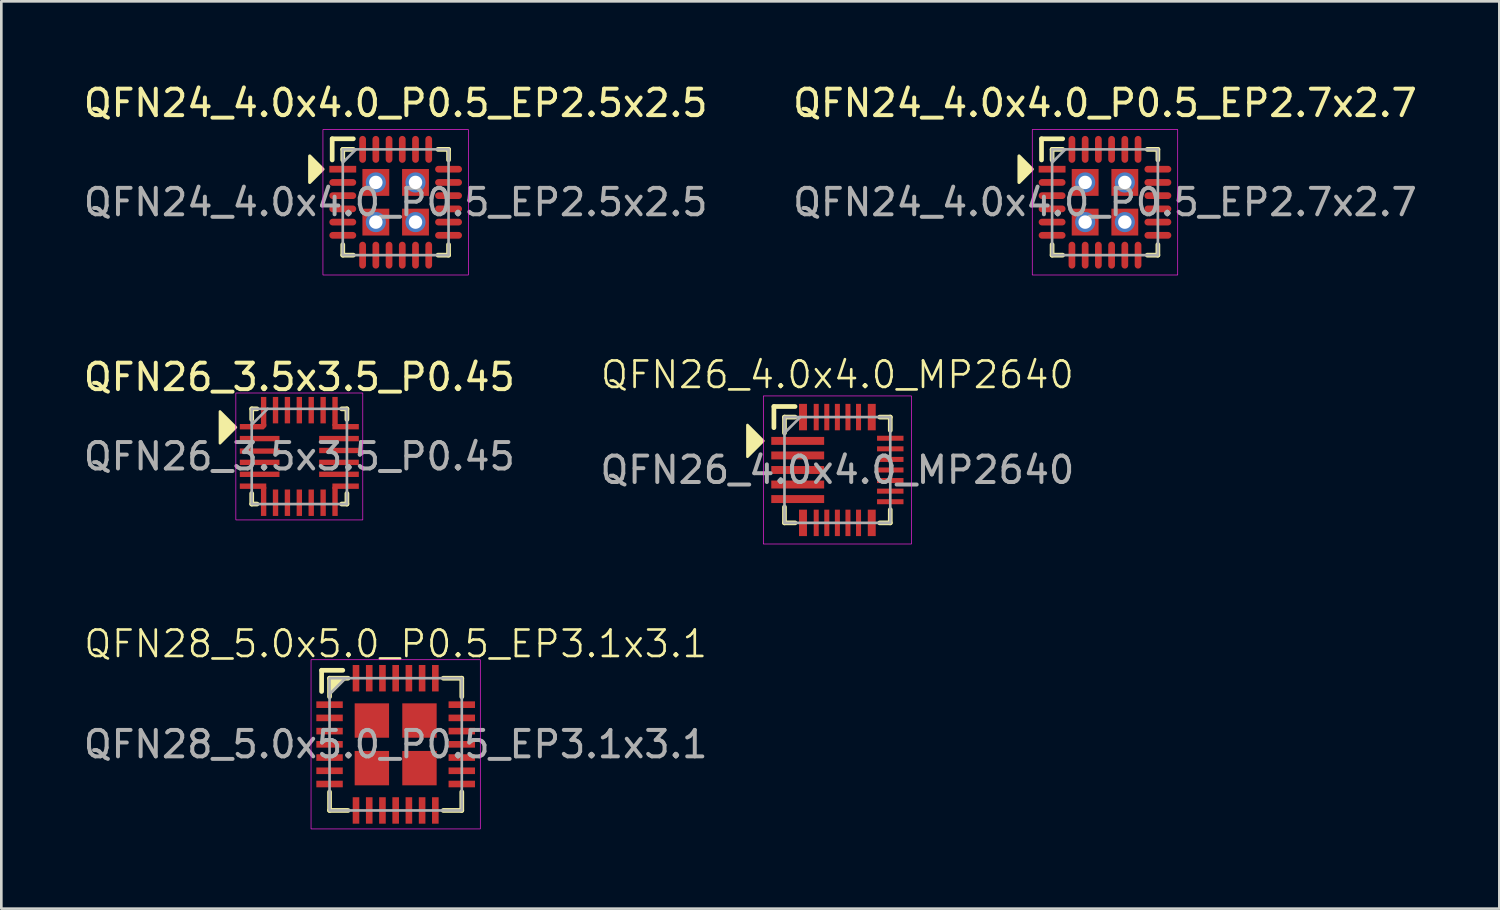
<source format=kicad_pcb>
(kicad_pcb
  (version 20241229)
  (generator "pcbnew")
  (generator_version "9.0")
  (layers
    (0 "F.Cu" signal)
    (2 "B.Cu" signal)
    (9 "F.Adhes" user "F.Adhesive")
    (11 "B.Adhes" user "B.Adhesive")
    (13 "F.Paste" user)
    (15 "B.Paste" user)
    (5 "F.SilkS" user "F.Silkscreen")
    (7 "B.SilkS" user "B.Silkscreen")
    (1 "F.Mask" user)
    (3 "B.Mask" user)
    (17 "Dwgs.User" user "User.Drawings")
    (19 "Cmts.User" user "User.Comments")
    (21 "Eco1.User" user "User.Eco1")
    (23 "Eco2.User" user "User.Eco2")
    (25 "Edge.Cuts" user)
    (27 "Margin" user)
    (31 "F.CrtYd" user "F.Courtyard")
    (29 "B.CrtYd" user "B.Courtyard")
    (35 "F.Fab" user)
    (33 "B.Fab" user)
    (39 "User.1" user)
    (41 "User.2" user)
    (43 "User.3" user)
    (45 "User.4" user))
  (footprint "QFN26_4.0x4.0_MP2640"
    (layer "F.Cu")
    (at 28.613 14.721)
    (property "Reference" "QFN26_4.0x4.0_MP2640" (at 0 -3.6 0) (unlocked yes) (layer "F.SilkS") (effects (font (size 1 1) (thickness 0.1))))
    (attr smd)
    (fp_line (start -2.4 -2.4) (end -1.6 -2.4) (stroke (width 0.178) (type default)) (layer "F.SilkS"))
    (fp_line (start -2.4 -1.6) (end -2.4 -2.4) (stroke (width 0.178) (type default)) (layer "F.SilkS"))
    (fp_line (start -2 -2) (end -1.6 -2) (stroke (width 0.178) (type default)) (layer "F.SilkS"))
    (fp_line (start -2 -1.4) (end -2 -2) (stroke (width 0.178) (type default)) (layer "F.SilkS"))
    (fp_line (start -2 1.4) (end -2 2) (stroke (width 0.178) (type default)) (layer "F.SilkS"))
    (fp_line (start -2 2) (end -1.6 2) (stroke (width 0.178) (type default)) (layer "F.SilkS"))
    (fp_line (start 1.6 -2) (end 2 -2) (stroke (width 0.178) (type default)) (layer "F.SilkS"))
    (fp_line (start 1.6 2) (end 2 2) (stroke (width 0.178) (type default)) (layer "F.SilkS"))
    (fp_line (start 2 -2) (end 2 -1.5) (stroke (width 0.178) (type default)) (layer "F.SilkS"))
    (fp_line (start 2 2) (end 2 1.5) (stroke (width 0.178) (type default)) (layer "F.SilkS"))
    (fp_poly (pts (xy -2.8 -1.1) (xy -3.4 -1.7) (xy -3.4 -0.5)) (stroke (width 0.1) (type solid)) (fill yes) (layer "F.SilkS"))
    (fp_rect (start -2.8 -2.8) (end 2.8 2.8) (stroke (width 0.025) (type default)) (fill no) (layer "F.CrtYd"))
    (fp_line (start -2 -1.4) (end -1.4 -2) (stroke (width 0.1) (type default)) (layer "F.Fab"))
    (fp_rect (start -2 -2) (end 2 2) (stroke (width 0.1) (type default)) (fill no) (layer "F.Fab"))
    (fp_text user "${REFERENCE}" (at 0 0 0) (unlocked yes) (layer "F.Fab") (effects (font (size 1 1) (thickness 0.15))))
    (pad "1" smd rect (at -1.5 -1.1) (size 2 0.3) (layers "F.Cu" "F.Mask" "F.Paste"))
    (pad "2" smd rect (at -1.5 -0.55) (size 2 0.3) (layers "F.Cu" "F.Mask" "F.Paste"))
    (pad "3" smd rect (at -1.5 0) (size 2 0.3) (layers "F.Cu" "F.Mask" "F.Paste"))
    (pad "4" smd rect (at -1.5 0.55) (size 2 0.3) (layers "F.Cu" "F.Mask" "F.Paste"))
    (pad "5" smd rect (at -1.5 1.1) (size 2 0.3) (layers "F.Cu" "F.Mask" "F.Paste"))
    (pad "6" smd rect (at -1.3 2) (size 0.3 1) (layers "F.Cu" "F.Mask" "F.Paste"))
    (pad "7" smd rect (at -0.8 2) (size 0.19 1) (layers "F.Cu" "F.Mask" "F.Paste"))
    (pad "8" smd rect (at -0.4 2) (size 0.19 1) (layers "F.Cu" "F.Mask" "F.Paste"))
    (pad "9" smd rect (at 0 2) (size 0.19 1) (layers "F.Cu" "F.Mask" "F.Paste"))
    (pad "10" smd rect (at 0.4 2) (size 0.19 1) (layers "F.Cu" "F.Mask" "F.Paste"))
    (pad "11" smd rect (at 0.8 2) (size 0.19 1) (layers "F.Cu" "F.Mask" "F.Paste"))
    (pad "12" smd rect (at 1.3 2) (size 0.3 1) (layers "F.Cu" "F.Mask" "F.Paste"))
    (pad "13" smd rect (at 2 1.2) (size 1 0.19) (layers "F.Cu" "F.Mask" "F.Paste"))
    (pad "14" smd rect (at 2 0.8) (size 1 0.19) (layers "F.Cu" "F.Mask" "F.Paste"))
    (pad "15" smd rect (at 2 0.4) (size 1 0.19) (layers "F.Cu" "F.Mask" "F.Paste"))
    (pad "16" smd rect (at 2 0) (size 1 0.19) (layers "F.Cu" "F.Mask" "F.Paste"))
    (pad "17" smd rect (at 2 -0.4) (size 1 0.19) (layers "F.Cu" "F.Mask" "F.Paste"))
    (pad "18" smd rect (at 2 -0.8) (size 1 0.19) (layers "F.Cu" "F.Mask" "F.Paste"))
    (pad "19" smd rect (at 2 -1.2) (size 1 0.19) (layers "F.Cu" "F.Mask" "F.Paste"))
    (pad "20" smd rect (at 1.3 -2) (size 0.3 1) (layers "F.Cu" "F.Mask" "F.Paste"))
    (pad "21" smd rect (at 0.8 -2) (size 0.19 1) (layers "F.Cu" "F.Mask" "F.Paste"))
    (pad "22" smd rect (at 0.4 -2) (size 0.19 1) (layers "F.Cu" "F.Mask" "F.Paste"))
    (pad "23" smd rect (at 0 -2) (size 0.19 1) (layers "F.Cu" "F.Mask" "F.Paste"))
    (pad "24" smd rect (at -0.4 -2) (size 0.19 1) (layers "F.Cu" "F.Mask" "F.Paste"))
    (pad "25" smd rect (at -0.8 -2) (size 0.19 1) (layers "F.Cu" "F.Mask" "F.Paste"))
    (pad "26" smd rect (at -1.3 -2) (size 0.3 1) (layers "F.Cu" "F.Mask" "F.Paste")))
  (footprint "QFN28_5.0x5.0_P0.5_EP3.1x3.1"
    (layer "F.Cu")
    (at 11.911 25.095)
    (property "Reference" "QFN28_5.0x5.0_P0.5_EP3.1x3.1" (at 0 -3.8 0) (unlocked yes) (layer "F.SilkS") (effects (font (size 1 1) (thickness 0.1))))
    (attr smd)
    (fp_line (start -2.8 -2.8) (end -2 -2.8) (stroke (width 0.178) (type default)) (layer "F.SilkS"))
    (fp_line (start -2.8 -2) (end -2.8 -2.8) (stroke (width 0.178) (type default)) (layer "F.SilkS"))
    (fp_line (start -2.5 -2.5) (end -1.8 -2.5) (stroke (width 0.178) (type default)) (layer "F.SilkS"))
    (fp_line (start -2.5 -1.8) (end -2.5 -2.5) (stroke (width 0.178) (type default)) (layer "F.SilkS"))
    (fp_line (start -2.5 1.8) (end -2.5 2.5) (stroke (width 0.178) (type default)) (layer "F.SilkS"))
    (fp_line (start -2.5 2.5) (end -1.8 2.5) (stroke (width 0.178) (type default)) (layer "F.SilkS"))
    (fp_line (start 1.8 -2.5) (end 2.5 -2.5) (stroke (width 0.178) (type default)) (layer "F.SilkS"))
    (fp_line (start 1.8 2.5) (end 2.5 2.5) (stroke (width 0.178) (type default)) (layer "F.SilkS"))
    (fp_line (start 2.5 -2.5) (end 2.5 -1.8) (stroke (width 0.178) (type default)) (layer "F.SilkS"))
    (fp_line (start 2.5 2.5) (end 2.5 1.8) (stroke (width 0.178) (type default)) (layer "F.SilkS"))
    (fp_poly (pts (xy -2.5 -1.9) (xy -2.5 -2.5) (xy -1.9 -2.5)) (stroke (width 0.1) (type solid)) (fill yes) (layer "F.SilkS"))
    (fp_rect (start -3.2 -3.2) (end 3.2 3.2) (stroke (width 0.025) (type default)) (fill no) (layer "F.CrtYd"))
    (fp_line (start -2.5 -1.9) (end -1.9 -2.5) (stroke (width 0.1) (type default)) (layer "F.Fab"))
    (fp_rect (start -2.5 2.5) (end 2.5 -2.5) (stroke (width 0.1) (type default)) (fill no) (layer "F.Fab"))
    (fp_text user "${REFERENCE}" (at 0 0 0) (unlocked yes) (layer "F.Fab") (effects (font (size 1 1) (thickness 0.15))))
    (pad "1" smd rect (at -2.5 -1.5) (size 1 0.25) (layers "F.Cu" "F.Mask" "F.Paste"))
    (pad "2" smd rect (at -2.5 -1) (size 1 0.25) (layers "F.Cu" "F.Mask" "F.Paste"))
    (pad "3" smd rect (at -2.5 -0.5) (size 1 0.25) (layers "F.Cu" "F.Mask" "F.Paste"))
    (pad "4" smd rect (at -2.5 0) (size 1 0.25) (layers "F.Cu" "F.Mask" "F.Paste"))
    (pad "5" smd rect (at -2.5 0.5) (size 1 0.25) (layers "F.Cu" "F.Mask" "F.Paste"))
    (pad "6" smd rect (at -2.5 1) (size 1 0.25) (layers "F.Cu" "F.Mask" "F.Paste"))
    (pad "7" smd rect (at -2.5 1.5) (size 1 0.25) (layers "F.Cu" "F.Mask" "F.Paste"))
    (pad "8" smd rect (at -1.5 2.5) (size 0.25 1) (layers "F.Cu" "F.Mask" "F.Paste"))
    (pad "9" smd rect (at -1 2.5) (size 0.25 1) (layers "F.Cu" "F.Mask" "F.Paste"))
    (pad "10" smd rect (at -0.5 2.5) (size 0.25 1) (layers "F.Cu" "F.Mask" "F.Paste"))
    (pad "11" smd rect (at 0 2.5) (size 0.25 1) (layers "F.Cu" "F.Mask" "F.Paste"))
    (pad "12" smd rect (at 0.5 2.5) (size 0.25 1) (layers "F.Cu" "F.Mask" "F.Paste"))
    (pad "13" smd rect (at 1 2.5) (size 0.25 1) (layers "F.Cu" "F.Mask" "F.Paste"))
    (pad "14" smd rect (at 1.5 2.5) (size 0.25 1) (layers "F.Cu" "F.Mask" "F.Paste"))
    (pad "15" smd rect (at 2.5 1.5) (size 1 0.25) (layers "F.Cu" "F.Mask" "F.Paste"))
    (pad "16" smd rect (at 2.5 1) (size 1 0.25) (layers "F.Cu" "F.Mask" "F.Paste"))
    (pad "17" smd rect (at 2.5 0.5) (size 1 0.25) (layers "F.Cu" "F.Mask" "F.Paste"))
    (pad "18" smd rect (at 2.5 0) (size 1 0.25) (layers "F.Cu" "F.Mask" "F.Paste"))
    (pad "19" smd rect (at 2.5 -0.5) (size 1 0.25) (layers "F.Cu" "F.Mask" "F.Paste"))
    (pad "20" smd rect (at 2.5 -1) (size 1 0.25) (layers "F.Cu" "F.Mask" "F.Paste"))
    (pad "21" smd rect (at 2.5 -1.5) (size 1 0.25) (layers "F.Cu" "F.Mask" "F.Paste"))
    (pad "22" smd rect (at 1.5 -2.5) (size 0.25 1) (layers "F.Cu" "F.Mask" "F.Paste"))
    (pad "23" smd rect (at 1 -2.5) (size 0.25 1) (layers "F.Cu" "F.Mask" "F.Paste"))
    (pad "24" smd rect (at 0.5 -2.5) (size 0.25 1) (layers "F.Cu" "F.Mask" "F.Paste"))
    (pad "25" smd rect (at 0 -2.5) (size 0.25 1) (layers "F.Cu" "F.Mask" "F.Paste"))
    (pad "26" smd rect (at -0.5 -2.5) (size 0.25 1) (layers "F.Cu" "F.Mask" "F.Paste"))
    (pad "27" smd rect (at -1 -2.5) (size 0.25 1) (layers "F.Cu" "F.Mask" "F.Paste"))
    (pad "28" smd rect (at -1.5 -2.5) (size 0.25 1) (layers "F.Cu" "F.Mask" "F.Paste"))
    (pad "29" smd rect (at -0.9 -0.9) (size 1.3 1.3) (layers "F.Cu" "F.Mask" "F.Paste"))
    (pad "29" smd rect (at -0.9 0.9) (size 1.3 1.3) (layers "F.Cu" "F.Mask" "F.Paste"))
    (pad "29" smd rect (at 0.9 -0.9) (size 1.3 1.3) (layers "F.Cu" "F.Mask" "F.Paste"))
    (pad "29" smd rect (at 0.9 0.9) (size 1.3 1.3) (layers "F.Cu" "F.Mask" "F.Paste")))
  (footprint "QFN24_4.0x4.0_P0.5_EP2.5x2.5"
    (layer "F.Cu")
    (at 11.911 4.598)
    (property "Reference" "QFN24_4.0x4.0_P0.5_EP2.5x2.5" (at 0 -3.75 0) (unlocked yes) (layer "F.SilkS") (effects (font (size 1 1) (thickness 0.15))))
    (attr smd)
    (fp_line (start -2.4 -2.4) (end -1.6 -2.4) (stroke (width 0.178) (type solid)) (layer "F.SilkS"))
    (fp_line (start -2.4 -1.6) (end -2.4 -2.4) (stroke (width 0.178) (type solid)) (layer "F.SilkS"))
    (fp_line (start -2 -2) (end -1.6 -2) (stroke (width 0.178) (type solid)) (layer "F.SilkS"))
    (fp_line (start -2 -1.6) (end -2 -2) (stroke (width 0.178) (type solid)) (layer "F.SilkS"))
    (fp_line (start -2 1.6) (end -2 2) (stroke (width 0.178) (type solid)) (layer "F.SilkS"))
    (fp_line (start -2 2) (end -1.6 2) (stroke (width 0.178) (type solid)) (layer "F.SilkS"))
    (fp_line (start 1.6 -2) (end 2 -2) (stroke (width 0.178) (type solid)) (layer "F.SilkS"))
    (fp_line (start 2 -2) (end 2 -1.6) (stroke (width 0.178) (type solid)) (layer "F.SilkS"))
    (fp_line (start 2 1.6) (end 2 2) (stroke (width 0.178) (type solid)) (layer "F.SilkS"))
    (fp_line (start 2 2) (end 1.6 2) (stroke (width 0.178) (type solid)) (layer "F.SilkS"))
    (fp_poly (pts (xy -2.75 -1.25) (xy -3.25 -0.75) (xy -3.25 -1.75)) (stroke (width 0.12) (type solid)) (fill yes) (layer "F.SilkS"))
    (fp_rect (start -2.75 -2.75) (end 2.75 2.75) (stroke (width 0.025) (type solid)) (fill no) (layer "F.CrtYd"))
    (fp_line (start -2 -1.5) (end -1.5 -2) (stroke (width 0.1) (type solid)) (layer "F.Fab"))
    (fp_rect (start -2 -2) (end 2 2) (stroke (width 0.1) (type solid)) (fill no) (layer "F.Fab"))
    (fp_text user "${REFERENCE}" (at 0 0 0) (unlocked yes) (layer "F.Fab") (effects (font (size 1 1) (thickness 0.15))))
    (pad "1" smd rect (at -2 -1.25) (size 1.016 0.254) (layers "F.Cu" "F.Mask" "F.Paste"))
    (pad "2" smd oval (at -2 -0.75) (size 1.016 0.254) (layers "F.Cu" "F.Mask" "F.Paste"))
    (pad "3" smd oval (at -2 -0.25) (size 1.016 0.254) (layers "F.Cu" "F.Mask" "F.Paste"))
    (pad "4" smd oval (at -2 0.25) (size 1.016 0.254) (layers "F.Cu" "F.Mask" "F.Paste"))
    (pad "5" smd oval (at -2 0.75) (size 1.016 0.254) (layers "F.Cu" "F.Mask" "F.Paste"))
    (pad "6" smd oval (at -2 1.25) (size 1.016 0.254) (layers "F.Cu" "F.Mask" "F.Paste"))
    (pad "7" smd oval (at -1.25 2) (size 0.254 1.016) (layers "F.Cu" "F.Mask" "F.Paste"))
    (pad "8" smd oval (at -0.75 2) (size 0.254 1.016) (layers "F.Cu" "F.Mask" "F.Paste"))
    (pad "9" smd oval (at -0.25 2) (size 0.254 1.016) (layers "F.Cu" "F.Mask" "F.Paste"))
    (pad "10" smd oval (at 0.25 2) (size 0.254 1.016) (layers "F.Cu" "F.Mask" "F.Paste"))
    (pad "11" smd oval (at 0.75 2) (size 0.254 1.016) (layers "F.Cu" "F.Mask" "F.Paste"))
    (pad "12" smd oval (at 1.25 2) (size 0.254 1.016) (layers "F.Cu" "F.Mask" "F.Paste"))
    (pad "13" smd oval (at 2 1.25) (size 1.016 0.254) (layers "F.Cu" "F.Mask" "F.Paste"))
    (pad "14" smd oval (at 2 0.75) (size 1.016 0.254) (layers "F.Cu" "F.Mask" "F.Paste"))
    (pad "15" smd oval (at 2 0.25) (size 1.016 0.254) (layers "F.Cu" "F.Mask" "F.Paste"))
    (pad "16" smd oval (at 2 -0.25) (size 1.016 0.254) (layers "F.Cu" "F.Mask" "F.Paste"))
    (pad "17" smd oval (at 2 -0.75) (size 1.016 0.254) (layers "F.Cu" "F.Mask" "F.Paste"))
    (pad "18" smd oval (at 2 -1.25) (size 1.016 0.254) (layers "F.Cu" "F.Mask" "F.Paste"))
    (pad "19" smd oval (at 1.25 -2) (size 0.254 1.016) (layers "F.Cu" "F.Mask" "F.Paste"))
    (pad "20" smd oval (at 0.75 -2) (size 0.254 1.016) (layers "F.Cu" "F.Mask" "F.Paste"))
    (pad "21" smd oval (at 0.25 -2) (size 0.254 1.016) (layers "F.Cu" "F.Mask" "F.Paste"))
    (pad "22" smd oval (at -0.25 -2) (size 0.254 1.016) (layers "F.Cu" "F.Mask" "F.Paste"))
    (pad "23" smd oval (at -0.75 -2) (size 0.254 1.016) (layers "F.Cu" "F.Mask" "F.Paste"))
    (pad "24" smd oval (at -1.25 -2) (size 0.254 1.016) (layers "F.Cu" "F.Mask" "F.Paste"))
    (pad "25" thru_hole circle (at -0.75 -0.75) (size 0.762 0.762) (drill 0.508) (layers "*.Cu" "*.Mask"))
    (pad "25" smd rect (at -0.75 -0.75) (size 1.016 1.016) (layers "F.Cu" "F.Mask" "F.Paste"))
    (pad "25" thru_hole circle (at -0.75 0.75) (size 0.762 0.762) (drill 0.508) (layers "*.Cu" "*.Mask"))
    (pad "25" smd rect (at -0.75 0.75) (size 1.016 1.016) (layers "F.Cu" "F.Mask" "F.Paste"))
    (pad "25" thru_hole circle (at 0.75 -0.75) (size 0.762 0.762) (drill 0.508) (layers "*.Cu" "*.Mask"))
    (pad "25" smd rect (at 0.75 -0.75) (size 1.016 1.016) (layers "F.Cu" "F.Mask" "F.Paste"))
    (pad "25" thru_hole circle (at 0.75 0.75) (size 0.762 0.762) (drill 0.508) (layers "*.Cu" "*.Mask"))
    (pad "25" smd rect (at 0.75 0.75) (size 1.016 1.016) (layers "F.Cu" "F.Mask" "F.Paste")))
  (footprint "QFN26_3.5x3.5_P0.45"
    (layer "F.Cu")
    (at 8.268 14.209)
    (property "Reference" "QFN26_3.5x3.5_P0.45" (at 0 -3 0) (unlocked yes) (layer "F.SilkS") (effects (font (size 1 1) (thickness 0.15))))
    (attr smd)
    (fp_line (start -1.8 -1.4) (end -1.8 -1.8) (stroke (width 0.178) (type solid)) (layer "F.SilkS"))
    (fp_line (start -1.8 1.8) (end -1.8 1.4) (stroke (width 0.178) (type solid)) (layer "F.SilkS"))
    (fp_line (start -1.6 -1.8) (end -1.8 -1.8) (stroke (width 0.178) (type default)) (layer "F.SilkS"))
    (fp_line (start -1.6 1.8) (end -1.8 1.8) (stroke (width 0.178) (type default)) (layer "F.SilkS"))
    (fp_line (start 1.8 -1.8) (end 1.6 -1.8) (stroke (width 0.178) (type default)) (layer "F.SilkS"))
    (fp_line (start 1.8 -1.4) (end 1.8 -1.8) (stroke (width 0.178) (type solid)) (layer "F.SilkS"))
    (fp_line (start 1.8 1.8) (end 1.6 1.8) (stroke (width 0.178) (type default)) (layer "F.SilkS"))
    (fp_line (start 1.8 1.8) (end 1.8 1.4) (stroke (width 0.178) (type solid)) (layer "F.SilkS"))
    (fp_poly (pts (xy -2.4 -1.1) (xy -3 -1.7) (xy -3 -0.5)) (stroke (width 0.1) (type solid)) (fill yes) (layer "F.SilkS"))
    (fp_rect (start -2.4 -2.4) (end 2.4 2.4) (stroke (width 0.025) (type default)) (fill no) (layer "F.CrtYd"))
    (fp_line (start -1.803 -1.2) (end -1.2 -1.803) (stroke (width 0.1) (type solid)) (layer "F.Fab"))
    (fp_rect (start -1.8 -1.8) (end 1.8 1.8) (stroke (width 0.1) (type default)) (fill no) (layer "F.Fab"))
    (fp_text user "${REFERENCE}" (at 0 0 0) (unlocked yes) (layer "F.Fab") (effects (font (size 1 1) (thickness 0.15))))
    (pad "1" smd roundrect (at -1.75 -1.125) (size 1 0.203) (layers "F.Cu" "F.Mask" "F.Paste") (roundrect_rratio 0) (chamfer_ratio 0.5) (chamfer bottom_right))
    (pad "2" smd rect (at -1.5 -0.675) (size 1.5 0.203) (layers "F.Cu" "F.Mask" "F.Paste"))
    (pad "3" smd rect (at -1.5 -0.203) (size 1.5 0.2) (layers "F.Cu" "F.Mask" "F.Paste"))
    (pad "4" smd rect (at -1.5 0.225) (size 1.5 0.203) (layers "F.Cu" "F.Mask" "F.Paste"))
    (pad "5" smd rect (at -1.5 0.675) (size 1.5 0.203) (layers "F.Cu" "F.Mask" "F.Paste"))
    (pad "6" smd rect (at -1.75 1.125) (size 1 0.203) (layers "F.Cu" "F.Mask" "F.Paste"))
    (pad "7" smd rect (at -1.35 1.7 90) (size 1.1 0.203) (layers "F.Cu" "F.Mask" "F.Paste"))
    (pad "8" smd rect (at -0.9 1.75 90) (size 1 0.203) (layers "F.Cu" "F.Mask" "F.Paste"))
    (pad "9" smd rect (at -0.45 1.75 90) (size 1 0.203) (layers "F.Cu" "F.Mask" "F.Paste"))
    (pad "10" smd rect (at 0 1.75 90) (size 1 0.203) (layers "F.Cu" "F.Mask" "F.Paste"))
    (pad "11" smd rect (at 0.45 1.75 90) (size 1 0.203) (layers "F.Cu" "F.Mask" "F.Paste"))
    (pad "12" smd rect (at 0.9 1.75 90) (size 1 0.203) (layers "F.Cu" "F.Mask" "F.Paste"))
    (pad "13" smd rect (at 1.35 1.7 90) (size 1.1 0.203) (layers "F.Cu" "F.Mask" "F.Paste"))
    (pad "14" smd rect (at 1.75 1.125) (size 1 0.203) (layers "F.Cu" "F.Mask" "F.Paste"))
    (pad "15" smd rect (at 1.5 0.675) (size 1.5 0.203) (layers "F.Cu" "F.Mask" "F.Paste"))
    (pad "16" smd rect (at 1.5 0.225) (size 1.5 0.203) (layers "F.Cu" "F.Mask" "F.Paste"))
    (pad "17" smd rect (at 1.5 -0.225) (size 1.5 0.203) (layers "F.Cu" "F.Mask" "F.Paste"))
    (pad "18" smd rect (at 1.5 -0.675) (size 1.5 0.203) (layers "F.Cu" "F.Mask" "F.Paste"))
    (pad "19" smd rect (at 1.75 -1.125) (size 1 0.203) (layers "F.Cu" "F.Mask" "F.Paste"))
    (pad "20" smd rect (at 1.35 -1.7 90) (size 1.1 0.203) (layers "F.Cu" "F.Mask" "F.Paste"))
    (pad "21" smd rect (at 0.9 -1.75 90) (size 1 0.203) (layers "F.Cu" "F.Mask" "F.Paste"))
    (pad "22" smd rect (at 0.45 -1.75 90) (size 1 0.203) (layers "F.Cu" "F.Mask" "F.Paste"))
    (pad "23" smd rect (at 0 -1.75 90) (size 1 0.203) (layers "F.Cu" "F.Mask" "F.Paste"))
    (pad "24" smd rect (at -0.45 -1.75 90) (size 1 0.203) (layers "F.Cu" "F.Mask" "F.Paste"))
    (pad "25" smd rect (at -0.9 -1.75 90) (size 1 0.203) (layers "F.Cu" "F.Mask" "F.Paste"))
    (pad "26" smd rect (at -1.35 -1.7 90) (size 1.1 0.203) (layers "F.Cu" "F.Mask" "F.Paste")))
  (footprint "QFN24_4.0x4.0_P0.5_EP2.7x2.7"
    (layer "F.Cu")
    (at 38.732 4.598)
    (property "Reference" "QFN24_4.0x4.0_P0.5_EP2.7x2.7" (at 0 -3.75 0) (unlocked yes) (layer "F.SilkS") (effects (font (size 1 1) (thickness 0.15))))
    (attr smd)
    (fp_line (start -2.4 -2.4) (end -1.6 -2.4) (stroke (width 0.178) (type solid)) (layer "F.SilkS"))
    (fp_line (start -2.4 -1.6) (end -2.4 -2.4) (stroke (width 0.178) (type solid)) (layer "F.SilkS"))
    (fp_line (start -2 -2) (end -1.6 -2) (stroke (width 0.178) (type solid)) (layer "F.SilkS"))
    (fp_line (start -2 -1.6) (end -2 -2) (stroke (width 0.178) (type solid)) (layer "F.SilkS"))
    (fp_line (start -2 1.6) (end -2 2) (stroke (width 0.178) (type solid)) (layer "F.SilkS"))
    (fp_line (start -2 2) (end -1.6 2) (stroke (width 0.178) (type solid)) (layer "F.SilkS"))
    (fp_line (start 1.6 -2) (end 2 -2) (stroke (width 0.178) (type solid)) (layer "F.SilkS"))
    (fp_line (start 2 -2) (end 2 -1.6) (stroke (width 0.178) (type solid)) (layer "F.SilkS"))
    (fp_line (start 2 1.6) (end 2 2) (stroke (width 0.178) (type solid)) (layer "F.SilkS"))
    (fp_line (start 2 2) (end 1.6 2) (stroke (width 0.178) (type solid)) (layer "F.SilkS"))
    (fp_poly (pts (xy -2.75 -1.25) (xy -3.25 -0.75) (xy -3.25 -1.75)) (stroke (width 0.12) (type solid)) (fill yes) (layer "F.SilkS"))
    (fp_rect (start -2.75 -2.75) (end 2.75 2.75) (stroke (width 0.025) (type solid)) (fill no) (layer "F.CrtYd"))
    (fp_line (start -2 -1.5) (end -1.5 -2) (stroke (width 0.1) (type solid)) (layer "F.Fab"))
    (fp_rect (start -2 -2) (end 2 2) (stroke (width 0.1) (type solid)) (fill no) (layer "F.Fab"))
    (fp_text user "${REFERENCE}" (at 0 0 0) (unlocked yes) (layer "F.Fab") (effects (font (size 1 1) (thickness 0.15))))
    (pad "1" smd rect (at -2 -1.25) (size 1.016 0.254) (layers "F.Cu" "F.Mask" "F.Paste"))
    (pad "2" smd oval (at -2 -0.75) (size 1.016 0.254) (layers "F.Cu" "F.Mask" "F.Paste"))
    (pad "3" smd oval (at -2 -0.25) (size 1.016 0.254) (layers "F.Cu" "F.Mask" "F.Paste"))
    (pad "4" smd oval (at -2 0.25) (size 1.016 0.254) (layers "F.Cu" "F.Mask" "F.Paste"))
    (pad "5" smd oval (at -2 0.75) (size 1.016 0.254) (layers "F.Cu" "F.Mask" "F.Paste"))
    (pad "6" smd oval (at -2 1.25) (size 1.016 0.254) (layers "F.Cu" "F.Mask" "F.Paste"))
    (pad "7" smd oval (at -1.25 2) (size 0.254 1.016) (layers "F.Cu" "F.Mask" "F.Paste"))
    (pad "8" smd oval (at -0.75 2) (size 0.254 1.016) (layers "F.Cu" "F.Mask" "F.Paste"))
    (pad "9" smd oval (at -0.25 2) (size 0.254 1.016) (layers "F.Cu" "F.Mask" "F.Paste"))
    (pad "10" smd oval (at 0.25 2) (size 0.254 1.016) (layers "F.Cu" "F.Mask" "F.Paste"))
    (pad "11" smd oval (at 0.75 2) (size 0.254 1.016) (layers "F.Cu" "F.Mask" "F.Paste"))
    (pad "12" smd oval (at 1.25 2) (size 0.254 1.016) (layers "F.Cu" "F.Mask" "F.Paste"))
    (pad "13" smd oval (at 2 1.25) (size 1.016 0.254) (layers "F.Cu" "F.Mask" "F.Paste"))
    (pad "14" smd oval (at 2 0.75) (size 1.016 0.254) (layers "F.Cu" "F.Mask" "F.Paste"))
    (pad "15" smd oval (at 2 0.25) (size 1.016 0.254) (layers "F.Cu" "F.Mask" "F.Paste"))
    (pad "16" smd oval (at 2 -0.25) (size 1.016 0.254) (layers "F.Cu" "F.Mask" "F.Paste"))
    (pad "17" smd oval (at 2 -0.75) (size 1.016 0.254) (layers "F.Cu" "F.Mask" "F.Paste"))
    (pad "18" smd oval (at 2 -1.25) (size 1.016 0.254) (layers "F.Cu" "F.Mask" "F.Paste"))
    (pad "19" smd oval (at 1.25 -2) (size 0.254 1.016) (layers "F.Cu" "F.Mask" "F.Paste"))
    (pad "20" smd oval (at 0.75 -2) (size 0.254 1.016) (layers "F.Cu" "F.Mask" "F.Paste"))
    (pad "21" smd oval (at 0.25 -2) (size 0.254 1.016) (layers "F.Cu" "F.Mask" "F.Paste"))
    (pad "22" smd oval (at -0.25 -2) (size 0.254 1.016) (layers "F.Cu" "F.Mask" "F.Paste"))
    (pad "23" smd oval (at -0.75 -2) (size 0.254 1.016) (layers "F.Cu" "F.Mask" "F.Paste"))
    (pad "24" smd oval (at -1.25 -2) (size 0.254 1.016) (layers "F.Cu" "F.Mask" "F.Paste"))
    (pad "25" thru_hole circle (at -0.75 -0.75) (size 0.762 0.762) (drill 0.508) (layers "*.Cu" "*.Mask"))
    (pad "25" smd rect (at -0.75 -0.75) (size 1.016 1.016) (layers "F.Cu" "F.Mask" "F.Paste"))
    (pad "25" thru_hole circle (at -0.75 0.75) (size 0.762 0.762) (drill 0.508) (layers "*.Cu" "*.Mask"))
    (pad "25" smd rect (at -0.75 0.75) (size 1.016 1.016) (layers "F.Cu" "F.Mask" "F.Paste"))
    (pad "25" thru_hole circle (at 0.75 -0.75) (size 0.762 0.762) (drill 0.508) (layers "*.Cu" "*.Mask"))
    (pad "25" smd rect (at 0.75 -0.75) (size 1.016 1.016) (layers "F.Cu" "F.Mask" "F.Paste"))
    (pad "25" thru_hole circle (at 0.75 0.75) (size 0.762 0.762) (drill 0.508) (layers "*.Cu" "*.Mask"))
    (pad "25" smd rect (at 0.75 0.75) (size 1.016 1.016) (layers "F.Cu" "F.Mask" "F.Paste")))
  (gr_rect
    (start -3 -3)
    (end 53.643 31.307)
    (stroke (width 0.1) (type default))
    (fill no)
    (layer "Edge.Cuts")))
</source>
